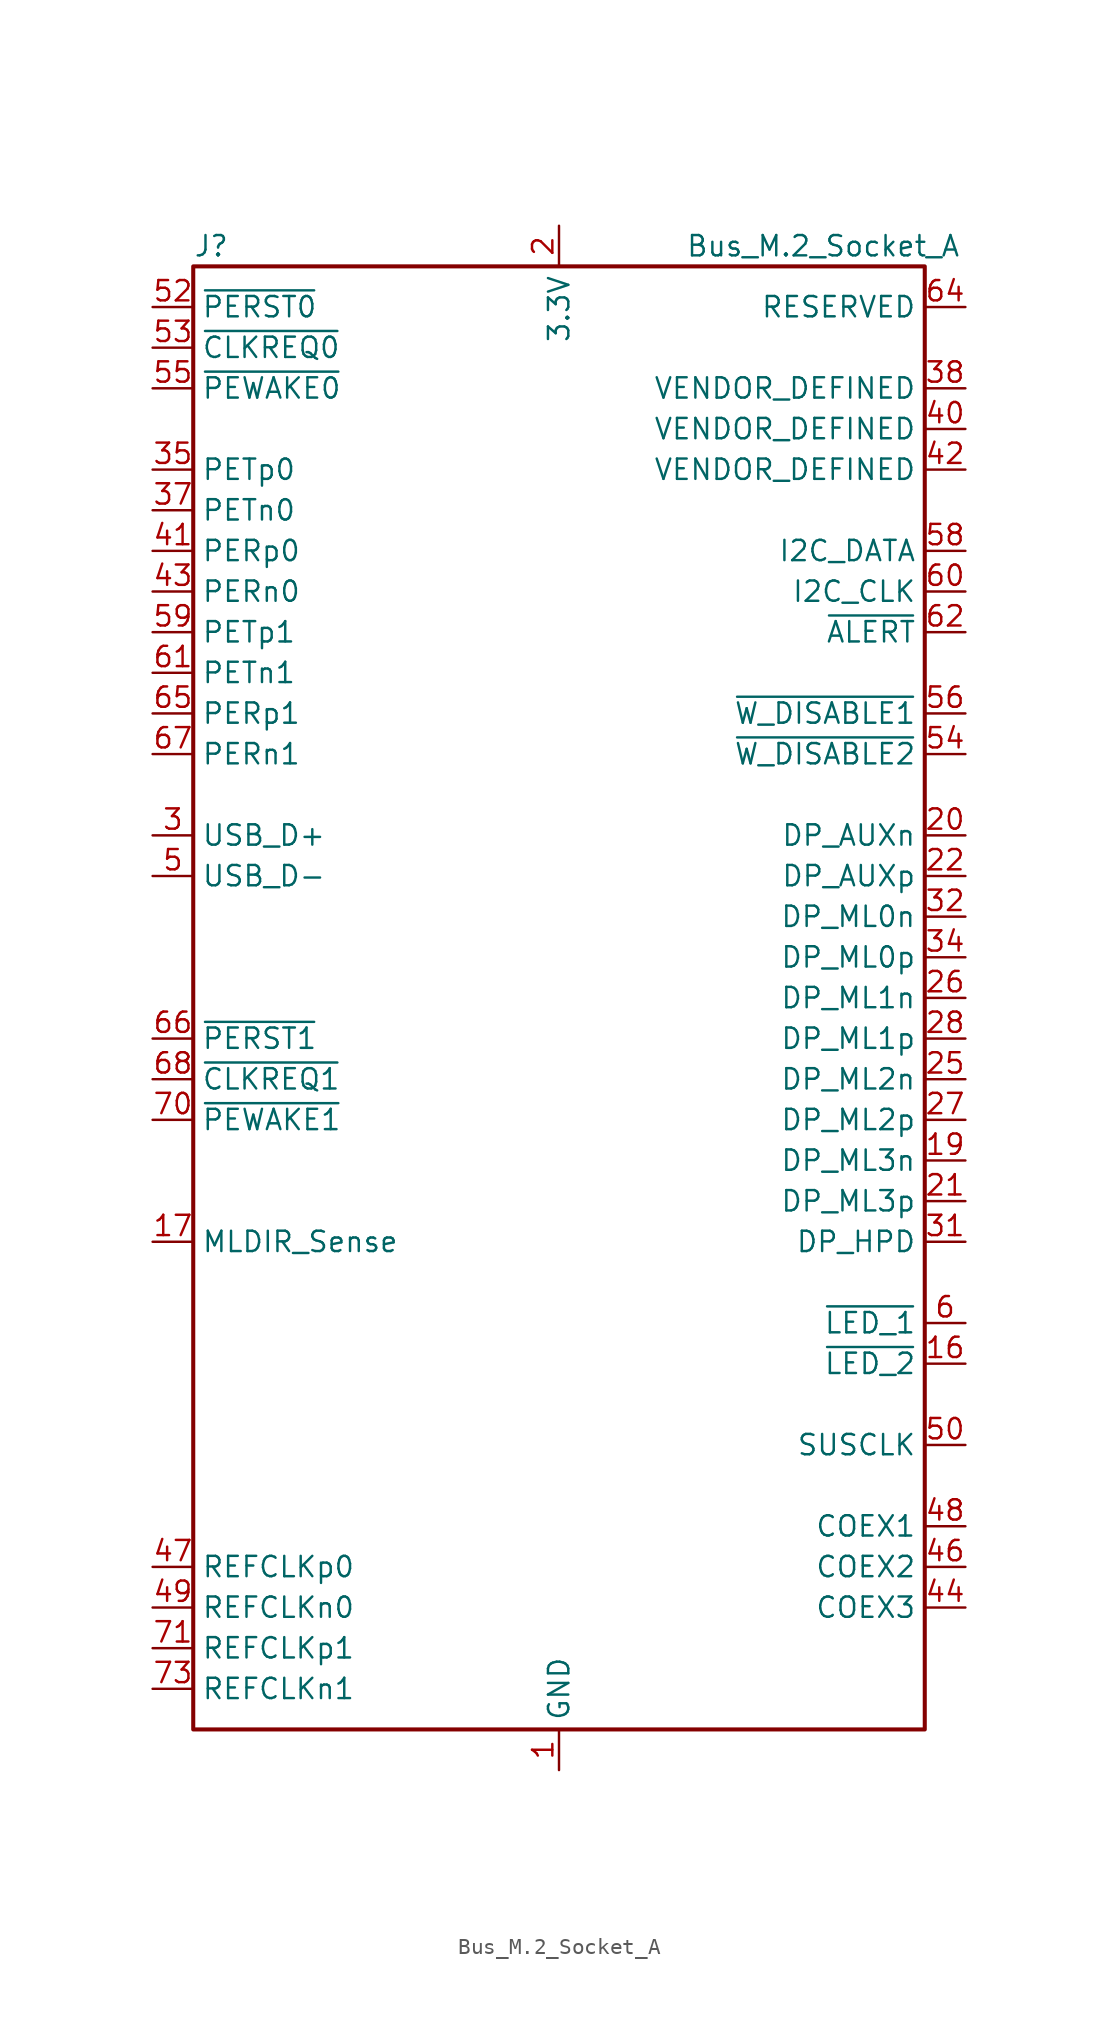
<source format=kicad_sym>
(kicad_symbol_lib
  (version 20211014)
  (generator kicad_symbol_editor)
  (symbol "Bus_M.2_Socket_A"
    (property "Reference" "J"
      (at -22.86 46.99 0)
      (effects (font (size 1.27 1.27)) (justify left)))
    (property "Value" "Bus_M.2_Socket_A"
      (at 16.51 46.99 0)
      (effects (font (size 1.27 1.27))))
    (symbol "Bus_M.2_Socket_A_0_1"
      (rectangle (start -22.86 45.72) (end 22.86 -45.72) (stroke (width 0.254) (type default) (color 0 0 0 0)) (fill (type none))))
    (symbol "Bus_M.2_Socket_A_1_1"
      (pin power_in line (at 0 -48.26 90) (length 2.54) (name "GND" (effects (font (size 1.27 1.27)))) (number "1" (effects (font (size 1.27 1.27)))))
      (pin open_collector line (at 25.4 -22.86 180) (length 2.54) (name "~{LED_2}" (effects (font (size 1.27 1.27)))) (number "16" (effects (font (size 1.27 1.27)))))
      (pin input line (at -25.4 -15.24 0) (length 2.54) (name "MLDIR_Sense" (effects (font (size 1.27 1.27)))) (number "17" (effects (font (size 1.27 1.27)))))
      (pin passive line (at 0 -48.26 90) (length 2.54) hide (name "GND" (effects (font (size 1.27 1.27)))) (number "18" (effects (font (size 1.27 1.27)))))
      (pin bidirectional line (at 25.4 -10.16 180) (length 2.54) (name "DP_ML3n" (effects (font (size 1.27 1.27)))) (number "19" (effects (font (size 1.27 1.27)))))
      (pin power_in line (at 0 48.26 270) (length 2.54) (name "3.3V" (effects (font (size 1.27 1.27)))) (number "2" (effects (font (size 1.27 1.27)))))
      (pin bidirectional line (at 25.4 10.16 180) (length 2.54) (name "DP_AUXn" (effects (font (size 1.27 1.27)))) (number "20" (effects (font (size 1.27 1.27)))))
      (pin bidirectional line (at 25.4 -12.7 180) (length 2.54) (name "DP_ML3p" (effects (font (size 1.27 1.27)))) (number "21" (effects (font (size 1.27 1.27)))))
      (pin bidirectional line (at 25.4 7.62 180) (length 2.54) (name "DP_AUXp" (effects (font (size 1.27 1.27)))) (number "22" (effects (font (size 1.27 1.27)))))
      (pin passive line (at 0 -48.26 90) (length 2.54) hide (name "GND" (effects (font (size 1.27 1.27)))) (number "23" (effects (font (size 1.27 1.27)))))
      (pin passive line (at 0 -48.26 90) (length 2.54) hide (name "GND" (effects (font (size 1.27 1.27)))) (number "24" (effects (font (size 1.27 1.27)))))
      (pin bidirectional line (at 25.4 -5.08 180) (length 2.54) (name "DP_ML2n" (effects (font (size 1.27 1.27)))) (number "25" (effects (font (size 1.27 1.27)))))
      (pin bidirectional line (at 25.4 0 180) (length 2.54) (name "DP_ML1n" (effects (font (size 1.27 1.27)))) (number "26" (effects (font (size 1.27 1.27)))))
      (pin bidirectional line (at 25.4 -7.62 180) (length 2.54) (name "DP_ML2p" (effects (font (size 1.27 1.27)))) (number "27" (effects (font (size 1.27 1.27)))))
      (pin bidirectional line (at 25.4 -2.54 180) (length 2.54) (name "DP_ML1p" (effects (font (size 1.27 1.27)))) (number "28" (effects (font (size 1.27 1.27)))))
      (pin passive line (at 0 -48.26 90) (length 2.54) hide (name "GND" (effects (font (size 1.27 1.27)))) (number "29" (effects (font (size 1.27 1.27)))))
      (pin bidirectional line (at -25.4 10.16 0) (length 2.54) (name "USB_D+" (effects (font (size 1.27 1.27)))) (number "3" (effects (font (size 1.27 1.27)))))
      (pin passive line (at 0 -48.26 90) (length 2.54) hide (name "GND" (effects (font (size 1.27 1.27)))) (number "30" (effects (font (size 1.27 1.27)))))
      (pin bidirectional line (at 25.4 -15.24 180) (length 2.54) (name "DP_HPD" (effects (font (size 1.27 1.27)))) (number "31" (effects (font (size 1.27 1.27)))))
      (pin bidirectional line (at 25.4 5.08 180) (length 2.54) (name "DP_ML0n" (effects (font (size 1.27 1.27)))) (number "32" (effects (font (size 1.27 1.27)))))
      (pin passive line (at 0 -48.26 90) (length 2.54) hide (name "GND" (effects (font (size 1.27 1.27)))) (number "33" (effects (font (size 1.27 1.27)))))
      (pin bidirectional line (at 25.4 2.54 180) (length 2.54) (name "DP_ML0p" (effects (font (size 1.27 1.27)))) (number "34" (effects (font (size 1.27 1.27)))))
      (pin output line (at -25.4 33.02 0) (length 2.54) (name "PETp0" (effects (font (size 1.27 1.27)))) (number "35" (effects (font (size 1.27 1.27)))))
      (pin passive line (at 0 -48.26 90) (length 2.54) hide (name "GND" (effects (font (size 1.27 1.27)))) (number "36" (effects (font (size 1.27 1.27)))))
      (pin output line (at -25.4 30.48 0) (length 2.54) (name "PETn0" (effects (font (size 1.27 1.27)))) (number "37" (effects (font (size 1.27 1.27)))))
      (pin passive line (at 25.4 38.1 180) (length 2.54) (name "VENDOR_DEFINED" (effects (font (size 1.27 1.27)))) (number "38" (effects (font (size 1.27 1.27)))))
      (pin passive line (at 0 -48.26 90) (length 2.54) hide (name "GND" (effects (font (size 1.27 1.27)))) (number "39" (effects (font (size 1.27 1.27)))))
      (pin passive line (at 0 48.26 270) (length 2.54) hide (name "3.3V" (effects (font (size 1.27 1.27)))) (number "4" (effects (font (size 1.27 1.27)))))
      (pin passive line (at 25.4 35.56 180) (length 2.54) (name "VENDOR_DEFINED" (effects (font (size 1.27 1.27)))) (number "40" (effects (font (size 1.27 1.27)))))
      (pin input line (at -25.4 27.94 0) (length 2.54) (name "PERp0" (effects (font (size 1.27 1.27)))) (number "41" (effects (font (size 1.27 1.27)))))
      (pin passive line (at 25.4 33.02 180) (length 2.54) (name "VENDOR_DEFINED" (effects (font (size 1.27 1.27)))) (number "42" (effects (font (size 1.27 1.27)))))
      (pin input line (at -25.4 25.4 0) (length 2.54) (name "PERn0" (effects (font (size 1.27 1.27)))) (number "43" (effects (font (size 1.27 1.27)))))
      (pin bidirectional line (at 25.4 -38.1 180) (length 2.54) (name "COEX3" (effects (font (size 1.27 1.27)))) (number "44" (effects (font (size 1.27 1.27)))))
      (pin passive line (at 0 -48.26 90) (length 2.54) hide (name "GND" (effects (font (size 1.27 1.27)))) (number "45" (effects (font (size 1.27 1.27)))))
      (pin bidirectional line (at 25.4 -35.56 180) (length 2.54) (name "COEX2" (effects (font (size 1.27 1.27)))) (number "46" (effects (font (size 1.27 1.27)))))
      (pin output line (at -25.4 -35.56 0) (length 2.54) (name "REFCLKp0" (effects (font (size 1.27 1.27)))) (number "47" (effects (font (size 1.27 1.27)))))
      (pin bidirectional line (at 25.4 -33.02 180) (length 2.54) (name "COEX1" (effects (font (size 1.27 1.27)))) (number "48" (effects (font (size 1.27 1.27)))))
      (pin output line (at -25.4 -38.1 0) (length 2.54) (name "REFCLKn0" (effects (font (size 1.27 1.27)))) (number "49" (effects (font (size 1.27 1.27)))))
      (pin bidirectional line (at -25.4 7.62 0) (length 2.54) (name "USB_D-" (effects (font (size 1.27 1.27)))) (number "5" (effects (font (size 1.27 1.27)))))
      (pin output line (at 25.4 -27.94 180) (length 2.54) (name "SUSCLK" (effects (font (size 1.27 1.27)))) (number "50" (effects (font (size 1.27 1.27)))))
      (pin passive line (at 0 -48.26 90) (length 2.54) hide (name "GND" (effects (font (size 1.27 1.27)))) (number "51" (effects (font (size 1.27 1.27)))))
      (pin output line (at -25.4 43.18 0) (length 2.54) (name "~{PERST0}" (effects (font (size 1.27 1.27)))) (number "52" (effects (font (size 1.27 1.27)))))
      (pin bidirectional line (at -25.4 40.64 0) (length 2.54) (name "~{CLKREQ0}" (effects (font (size 1.27 1.27)))) (number "53" (effects (font (size 1.27 1.27)))))
      (pin output line (at 25.4 15.24 180) (length 2.54) (name "~{W_DISABLE2}" (effects (font (size 1.27 1.27)))) (number "54" (effects (font (size 1.27 1.27)))))
      (pin bidirectional line (at -25.4 38.1 0) (length 2.54) (name "~{PEWAKE0}" (effects (font (size 1.27 1.27)))) (number "55" (effects (font (size 1.27 1.27)))))
      (pin output line (at 25.4 17.78 180) (length 2.54) (name "~{W_DISABLE1}" (effects (font (size 1.27 1.27)))) (number "56" (effects (font (size 1.27 1.27)))))
      (pin passive line (at 0 -48.26 90) (length 2.54) hide (name "GND" (effects (font (size 1.27 1.27)))) (number "57" (effects (font (size 1.27 1.27)))))
      (pin bidirectional line (at 25.4 27.94 180) (length 2.54) (name "I2C_DATA" (effects (font (size 1.27 1.27)))) (number "58" (effects (font (size 1.27 1.27)))))
      (pin output line (at -25.4 22.86 0) (length 2.54) (name "PETp1" (effects (font (size 1.27 1.27)))) (number "59" (effects (font (size 1.27 1.27)))))
      (pin open_collector line (at 25.4 -20.32 180) (length 2.54) (name "~{LED_1}" (effects (font (size 1.27 1.27)))) (number "6" (effects (font (size 1.27 1.27)))))
      (pin output line (at 25.4 25.4 180) (length 2.54) (name "I2C_CLK" (effects (font (size 1.27 1.27)))) (number "60" (effects (font (size 1.27 1.27)))))
      (pin output line (at -25.4 20.32 0) (length 2.54) (name "PETn1" (effects (font (size 1.27 1.27)))) (number "61" (effects (font (size 1.27 1.27)))))
      (pin input line (at 25.4 22.86 180) (length 2.54) (name "~{ALERT}" (effects (font (size 1.27 1.27)))) (number "62" (effects (font (size 1.27 1.27)))))
      (pin passive line (at 0 -48.26 90) (length 2.54) hide (name "GND" (effects (font (size 1.27 1.27)))) (number "63" (effects (font (size 1.27 1.27)))))
      (pin passive line (at 25.4 43.18 180) (length 2.54) (name "RESERVED" (effects (font (size 1.27 1.27)))) (number "64" (effects (font (size 1.27 1.27)))))
      (pin input line (at -25.4 17.78 0) (length 2.54) (name "PERp1" (effects (font (size 1.27 1.27)))) (number "65" (effects (font (size 1.27 1.27)))))
      (pin output line (at -25.4 -2.54 0) (length 2.54) (name "~{PERST1}" (effects (font (size 1.27 1.27)))) (number "66" (effects (font (size 1.27 1.27)))))
      (pin input line (at -25.4 15.24 0) (length 2.54) (name "PERn1" (effects (font (size 1.27 1.27)))) (number "67" (effects (font (size 1.27 1.27)))))
      (pin bidirectional line (at -25.4 -5.08 0) (length 2.54) (name "~{CLKREQ1}" (effects (font (size 1.27 1.27)))) (number "68" (effects (font (size 1.27 1.27)))))
      (pin passive line (at 0 -48.26 90) (length 2.54) hide (name "GND" (effects (font (size 1.27 1.27)))) (number "69" (effects (font (size 1.27 1.27)))))
      (pin passive line (at 0 -48.26 90) (length 2.54) hide (name "GND" (effects (font (size 1.27 1.27)))) (number "7" (effects (font (size 1.27 1.27)))))
      (pin bidirectional line (at -25.4 -7.62 0) (length 2.54) (name "~{PEWAKE1}" (effects (font (size 1.27 1.27)))) (number "70" (effects (font (size 1.27 1.27)))))
      (pin output line (at -25.4 -40.64 0) (length 2.54) (name "REFCLKp1" (effects (font (size 1.27 1.27)))) (number "71" (effects (font (size 1.27 1.27)))))
      (pin passive line (at 0 48.26 270) (length 2.54) hide (name "3.3V" (effects (font (size 1.27 1.27)))) (number "72" (effects (font (size 1.27 1.27)))))
      (pin output line (at -25.4 -43.18 0) (length 2.54) (name "REFCLKn1" (effects (font (size 1.27 1.27)))) (number "73" (effects (font (size 1.27 1.27)))))
      (pin passive line (at 0 48.26 270) (length 2.54) hide (name "3.3V" (effects (font (size 1.27 1.27)))) (number "74" (effects (font (size 1.27 1.27)))))
      (pin passive line (at 0 -48.26 90) (length 2.54) hide (name "GND" (effects (font (size 1.27 1.27)))) (number "75" (effects (font (size 1.27 1.27))))))))
</source>
